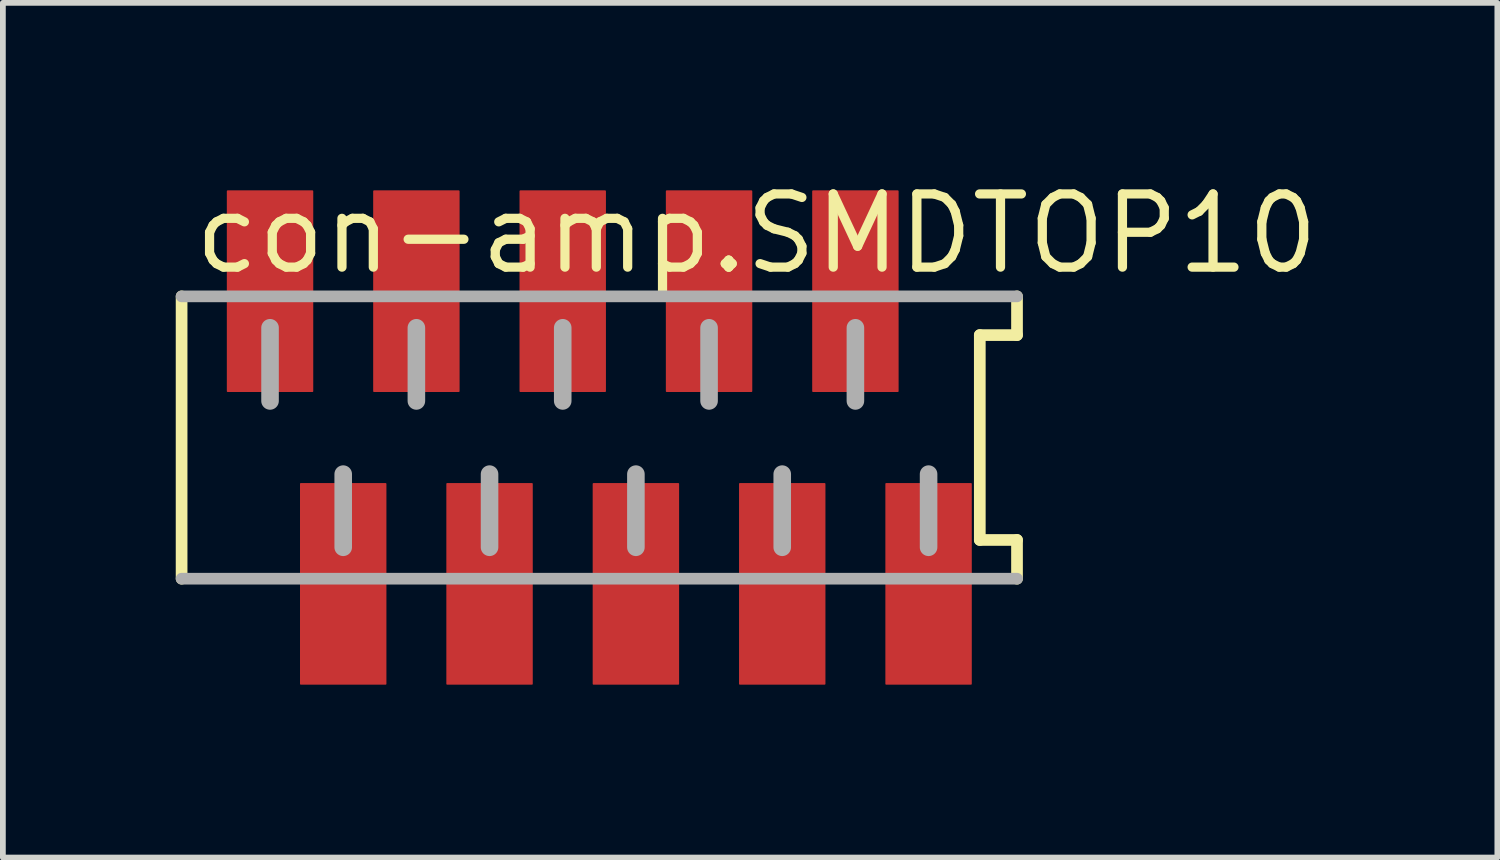
<source format=kicad_pcb>
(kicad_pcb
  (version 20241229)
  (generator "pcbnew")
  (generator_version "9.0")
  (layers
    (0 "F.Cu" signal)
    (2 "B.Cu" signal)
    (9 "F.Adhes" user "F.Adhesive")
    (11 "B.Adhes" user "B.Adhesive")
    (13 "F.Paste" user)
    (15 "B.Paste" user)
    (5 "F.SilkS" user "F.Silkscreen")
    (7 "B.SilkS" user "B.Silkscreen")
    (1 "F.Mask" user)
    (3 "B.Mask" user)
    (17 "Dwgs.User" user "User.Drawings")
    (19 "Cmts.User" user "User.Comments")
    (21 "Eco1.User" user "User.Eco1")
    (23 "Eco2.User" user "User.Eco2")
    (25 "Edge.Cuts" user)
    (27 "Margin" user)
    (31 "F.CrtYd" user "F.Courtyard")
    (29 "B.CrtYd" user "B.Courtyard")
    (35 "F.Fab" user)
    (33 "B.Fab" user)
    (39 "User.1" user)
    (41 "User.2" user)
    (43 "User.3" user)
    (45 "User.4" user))
  (footprint "con-amp.SMDTOP10"
    (layer "F.Cu")
    (at 7.352 4.544)
    (property "Reference" "con-amp.SMDTOP10" (at -7.112 -2.794 0) (layer "F.SilkS") (effects (font (size 1.27 1.27) (thickness 0.16)) (justify left bottom)))
    (attr smd)
    (fp_line (start -7.25 -2.45) (end -7.25 2.45) (stroke (width 0.203) (type default)) (layer "F.SilkS"))
    (fp_line (start 6.604 -1.778) (end 7.25 -1.778) (stroke (width 0.203) (type default)) (layer "F.SilkS"))
    (fp_line (start 6.604 1.778) (end 6.604 -1.778) (stroke (width 0.203) (type default)) (layer "F.SilkS"))
    (fp_line (start 7.25 -1.778) (end 7.25 -2.45) (stroke (width 0.203) (type default)) (layer "F.SilkS"))
    (fp_line (start 7.25 1.778) (end 6.604 1.778) (stroke (width 0.203) (type default)) (layer "F.SilkS"))
    (fp_line (start 7.25 2.45) (end 7.25 1.778) (stroke (width 0.203) (type default)) (layer "F.SilkS"))
    (fp_line (start -7.25 2.45) (end 7.25 2.45) (stroke (width 0.203) (type default)) (layer "F.Fab"))
    (fp_line (start -5.715 -1.905) (end -5.715 -0.635) (stroke (width 0.305) (type default)) (layer "F.Fab"))
    (fp_line (start -4.445 0.635) (end -4.445 1.905) (stroke (width 0.305) (type default)) (layer "F.Fab"))
    (fp_line (start -3.175 -1.905) (end -3.175 -0.635) (stroke (width 0.305) (type default)) (layer "F.Fab"))
    (fp_line (start -1.905 0.635) (end -1.905 1.905) (stroke (width 0.305) (type default)) (layer "F.Fab"))
    (fp_line (start -0.635 -1.905) (end -0.635 -0.635) (stroke (width 0.305) (type default)) (layer "F.Fab"))
    (fp_line (start 0.635 0.635) (end 0.635 1.905) (stroke (width 0.305) (type default)) (layer "F.Fab"))
    (fp_line (start 1.905 -1.905) (end 1.905 -0.635) (stroke (width 0.305) (type default)) (layer "F.Fab"))
    (fp_line (start 3.175 0.635) (end 3.175 1.905) (stroke (width 0.305) (type default)) (layer "F.Fab"))
    (fp_line (start 4.445 -1.905) (end 4.445 -0.635) (stroke (width 0.305) (type default)) (layer "F.Fab"))
    (fp_line (start 5.715 0.635) (end 5.715 1.905) (stroke (width 0.305) (type default)) (layer "F.Fab"))
    (fp_line (start 7.25 -2.45) (end -7.25 -2.45) (stroke (width 0.203) (type default)) (layer "F.Fab"))
    (pad "1" smd roundrect (at -5.715 -2.54) (size 1.5 3.5) (layers "F.Cu" "F.Mask" "F.Paste") (roundrect_rratio 0.01))
    (pad "2" smd roundrect (at -4.445 2.54) (size 1.5 3.5) (layers "F.Cu" "F.Mask" "F.Paste") (roundrect_rratio 0.01))
    (pad "3" smd roundrect (at -3.175 -2.54) (size 1.5 3.5) (layers "F.Cu" "F.Mask" "F.Paste") (roundrect_rratio 0.01))
    (pad "4" smd roundrect (at -1.905 2.54) (size 1.5 3.5) (layers "F.Cu" "F.Mask" "F.Paste") (roundrect_rratio 0.01))
    (pad "5" smd roundrect (at -0.635 -2.54) (size 1.5 3.5) (layers "F.Cu" "F.Mask" "F.Paste") (roundrect_rratio 0.01))
    (pad "6" smd roundrect (at 0.635 2.54) (size 1.5 3.5) (layers "F.Cu" "F.Mask" "F.Paste") (roundrect_rratio 0.01))
    (pad "7" smd roundrect (at 1.905 -2.54) (size 1.5 3.5) (layers "F.Cu" "F.Mask" "F.Paste") (roundrect_rratio 0.01))
    (pad "8" smd roundrect (at 3.175 2.54) (size 1.5 3.5) (layers "F.Cu" "F.Mask" "F.Paste") (roundrect_rratio 0.01))
    (pad "9" smd roundrect (at 4.445 -2.54) (size 1.5 3.5) (layers "F.Cu" "F.Mask" "F.Paste") (roundrect_rratio 0.01))
    (pad "10" smd roundrect (at 5.715 2.54) (size 1.5 3.5) (layers "F.Cu" "F.Mask" "F.Paste") (roundrect_rratio 0.01)))
  (gr_rect
    (start -3 -3)
    (end 22.939 11.834)
    (stroke (width 0.1) (type default))
    (fill no)
    (layer "Edge.Cuts")))
</source>
